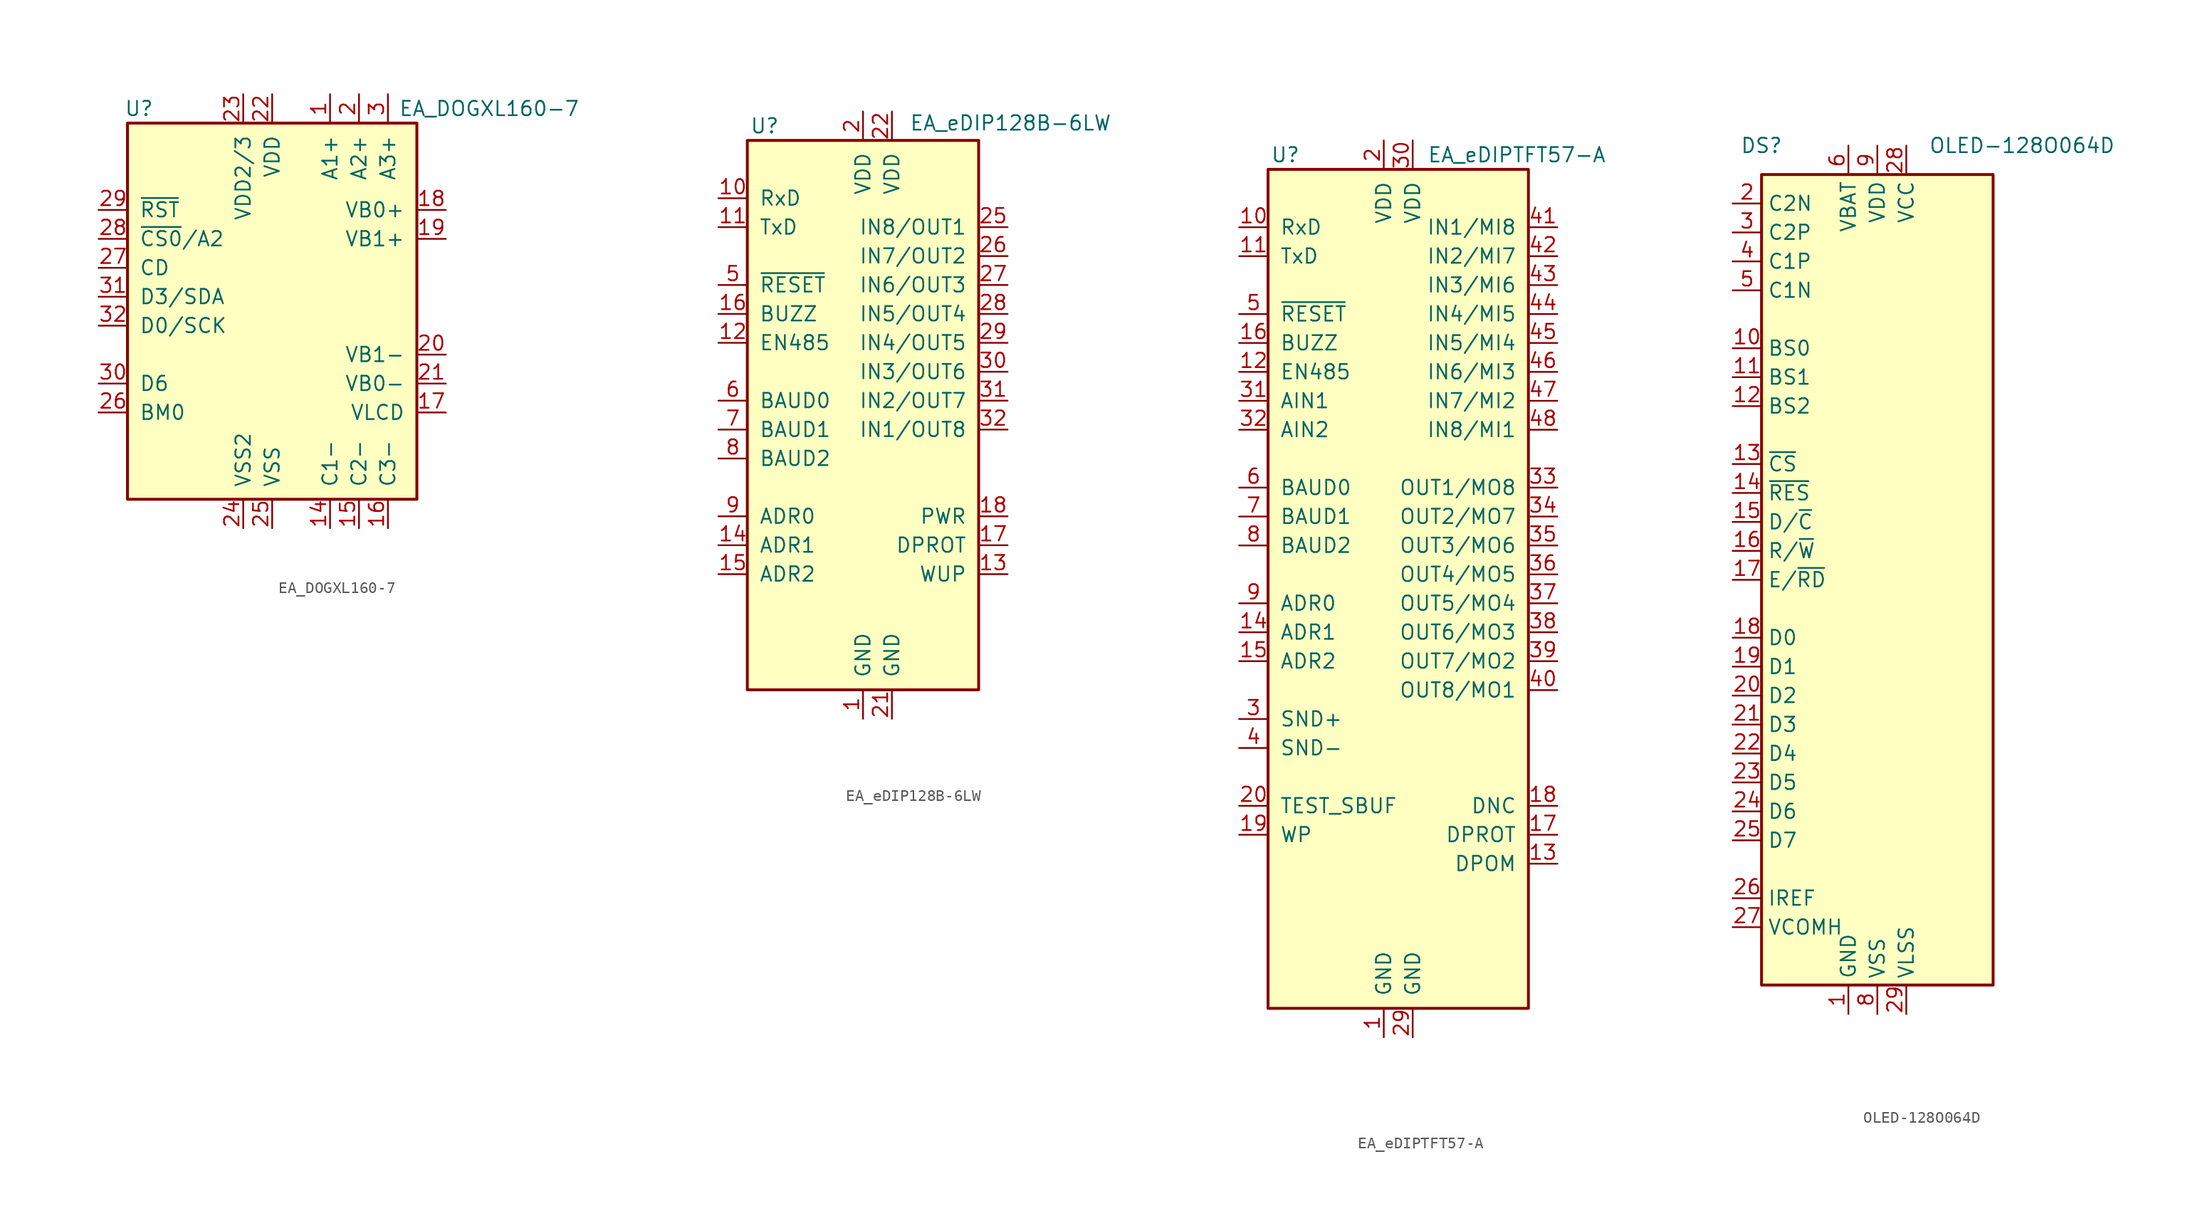
<source format=kicad_sym>
(kicad_symbol_lib
  (version 20231120)
  (generator "kicad_symbol_editor")
  (generator_version "8.0")
  (symbol "EA_DOGXL160-7"
    (pin_names
      (offset 1.016))
    (property "Reference" "U"
      (at -11.684 16.51 0)
      (effects (font (size 1.27 1.27))))
    (property "Value" "EA_DOGXL160-7"
      (at 19.05 16.51 0)
      (effects (font (size 1.27 1.27))))
    (symbol "EA_DOGXL160-7_0_1"
      (rectangle (start -12.7 15.24) (end 12.7 -17.78) (stroke (width 0.254) (type default)) (fill (type background))))
    (symbol "EA_DOGXL160-7_1_1"
      (pin power_in line (at 5.08 17.78 270) (length 2.54) (name "A1+" (effects (font (size 1.27 1.27)))) (number "1" (effects (font (size 1.27 1.27)))))
      (pin power_in line (at 5.08 -20.32 90) (length 2.54) (name "C1-" (effects (font (size 1.27 1.27)))) (number "14" (effects (font (size 1.27 1.27)))))
      (pin power_in line (at 7.62 -20.32 90) (length 2.54) (name "C2-" (effects (font (size 1.27 1.27)))) (number "15" (effects (font (size 1.27 1.27)))))
      (pin power_in line (at 10.16 -20.32 90) (length 2.54) (name "C3-" (effects (font (size 1.27 1.27)))) (number "16" (effects (font (size 1.27 1.27)))))
      (pin passive line (at 15.24 -10.16 180) (length 2.54) (name "VLCD" (effects (font (size 1.27 1.27)))) (number "17" (effects (font (size 1.27 1.27)))))
      (pin passive line (at 15.24 7.62 180) (length 2.54) (name "VB0+" (effects (font (size 1.27 1.27)))) (number "18" (effects (font (size 1.27 1.27)))))
      (pin passive line (at 15.24 5.08 180) (length 2.54) (name "VB1+" (effects (font (size 1.27 1.27)))) (number "19" (effects (font (size 1.27 1.27)))))
      (pin power_in line (at 7.62 17.78 270) (length 2.54) (name "A2+" (effects (font (size 1.27 1.27)))) (number "2" (effects (font (size 1.27 1.27)))))
      (pin passive line (at 15.24 -5.08 180) (length 2.54) (name "VB1-" (effects (font (size 1.27 1.27)))) (number "20" (effects (font (size 1.27 1.27)))))
      (pin passive line (at 15.24 -7.62 180) (length 2.54) (name "VB0-" (effects (font (size 1.27 1.27)))) (number "21" (effects (font (size 1.27 1.27)))))
      (pin power_in line (at 0 17.78 270) (length 2.54) (name "VDD" (effects (font (size 1.27 1.27)))) (number "22" (effects (font (size 1.27 1.27)))))
      (pin power_in line (at -2.54 17.78 270) (length 2.54) (name "VDD2/3" (effects (font (size 1.27 1.27)))) (number "23" (effects (font (size 1.27 1.27)))))
      (pin power_in line (at -2.54 -20.32 90) (length 2.54) (name "VSS2" (effects (font (size 1.27 1.27)))) (number "24" (effects (font (size 1.27 1.27)))))
      (pin power_in line (at 0 -20.32 90) (length 2.54) (name "VSS" (effects (font (size 1.27 1.27)))) (number "25" (effects (font (size 1.27 1.27)))))
      (pin input line (at -15.24 -10.16 0) (length 2.54) (name "BM0" (effects (font (size 1.27 1.27)))) (number "26" (effects (font (size 1.27 1.27)))))
      (pin input line (at -15.24 2.54 0) (length 2.54) (name "CD" (effects (font (size 1.27 1.27)))) (number "27" (effects (font (size 1.27 1.27)))))
      (pin input line (at -15.24 5.08 0) (length 2.54) (name "~{CS0}/A2" (effects (font (size 1.27 1.27)))) (number "28" (effects (font (size 1.27 1.27)))))
      (pin input line (at -15.24 7.62 0) (length 2.54) (name "~{RST}" (effects (font (size 1.27 1.27)))) (number "29" (effects (font (size 1.27 1.27)))))
      (pin power_in line (at 10.16 17.78 270) (length 2.54) (name "A3+" (effects (font (size 1.27 1.27)))) (number "3" (effects (font (size 1.27 1.27)))))
      (pin input line (at -15.24 -7.62 0) (length 2.54) (name "D6" (effects (font (size 1.27 1.27)))) (number "30" (effects (font (size 1.27 1.27)))))
      (pin bidirectional line (at -15.24 0 0) (length 2.54) (name "D3/SDA" (effects (font (size 1.27 1.27)))) (number "31" (effects (font (size 1.27 1.27)))))
      (pin input line (at -15.24 -2.54 0) (length 2.54) (name "D0/SCK" (effects (font (size 1.27 1.27)))) (number "32" (effects (font (size 1.27 1.27)))))))
  (symbol "EA_eDIP128B-6LW"
    (pin_names
      (offset 1.016))
    (property "Reference" "U"
      (at -8.636 24.13 0)
      (effects (font (size 1.27 1.27))))
    (property "Value" "EA_eDIP128B-6LW"
      (at 4.064 24.384 0)
      (effects (font (size 1.27 1.27)) (justify left)))
    (symbol "EA_eDIP128B-6LW_0_1"
      (rectangle (start -10.16 22.86) (end 10.16 -25.4) (stroke (width 0.254) (type default)) (fill (type background))))
    (symbol "EA_eDIP128B-6LW_1_1"
      (pin power_in line (at 0 -27.94 90) (length 2.54) (name "GND" (effects (font (size 1.27 1.27)))) (number "1" (effects (font (size 1.27 1.27)))))
      (pin input line (at -12.7 17.78 0) (length 2.54) (name "RxD" (effects (font (size 1.27 1.27)))) (number "10" (effects (font (size 1.27 1.27)))))
      (pin output line (at -12.7 15.24 0) (length 2.54) (name "TxD" (effects (font (size 1.27 1.27)))) (number "11" (effects (font (size 1.27 1.27)))))
      (pin output line (at -12.7 5.08 0) (length 2.54) (name "EN485" (effects (font (size 1.27 1.27)))) (number "12" (effects (font (size 1.27 1.27)))))
      (pin input line (at 12.7 -15.24 180) (length 2.54) (name "WUP" (effects (font (size 1.27 1.27)))) (number "13" (effects (font (size 1.27 1.27)))))
      (pin input line (at -12.7 -12.7 0) (length 2.54) (name "ADR1" (effects (font (size 1.27 1.27)))) (number "14" (effects (font (size 1.27 1.27)))))
      (pin input line (at -12.7 -15.24 0) (length 2.54) (name "ADR2" (effects (font (size 1.27 1.27)))) (number "15" (effects (font (size 1.27 1.27)))))
      (pin output line (at -12.7 7.62 0) (length 2.54) (name "BUZZ" (effects (font (size 1.27 1.27)))) (number "16" (effects (font (size 1.27 1.27)))))
      (pin input line (at 12.7 -12.7 180) (length 2.54) (name "DPROT" (effects (font (size 1.27 1.27)))) (number "17" (effects (font (size 1.27 1.27)))))
      (pin output line (at 12.7 -10.16 180) (length 2.54) (name "PWR" (effects (font (size 1.27 1.27)))) (number "18" (effects (font (size 1.27 1.27)))))
      (pin no_connect line (at -10.16 -22.86 0) (length 2.54) hide (name "NC" (effects (font (size 1.27 1.27)))) (number "19" (effects (font (size 1.27 1.27)))))
      (pin power_in line (at 0 25.4 270) (length 2.54) (name "VDD" (effects (font (size 1.27 1.27)))) (number "2" (effects (font (size 1.27 1.27)))))
      (pin power_in line (at 2.54 -27.94 90) (length 2.54) (name "GND" (effects (font (size 1.27 1.27)))) (number "21" (effects (font (size 1.27 1.27)))))
      (pin power_in line (at 2.54 25.4 270) (length 2.54) (name "VDD" (effects (font (size 1.27 1.27)))) (number "22" (effects (font (size 1.27 1.27)))))
      (pin no_connect line (at 10.16 -17.78 180) (length 2.54) hide (name "NC" (effects (font (size 1.27 1.27)))) (number "23" (effects (font (size 1.27 1.27)))))
      (pin no_connect line (at 10.16 -20.32 180) (length 2.54) hide (name "NC" (effects (font (size 1.27 1.27)))) (number "24" (effects (font (size 1.27 1.27)))))
      (pin bidirectional line (at 12.7 15.24 180) (length 2.54) (name "IN8/OUT1" (effects (font (size 1.27 1.27)))) (number "25" (effects (font (size 1.27 1.27)))))
      (pin bidirectional line (at 12.7 12.7 180) (length 2.54) (name "IN7/OUT2" (effects (font (size 1.27 1.27)))) (number "26" (effects (font (size 1.27 1.27)))))
      (pin bidirectional line (at 12.7 10.16 180) (length 2.54) (name "IN6/OUT3" (effects (font (size 1.27 1.27)))) (number "27" (effects (font (size 1.27 1.27)))))
      (pin bidirectional line (at 12.7 7.62 180) (length 2.54) (name "IN5/OUT4" (effects (font (size 1.27 1.27)))) (number "28" (effects (font (size 1.27 1.27)))))
      (pin bidirectional line (at 12.7 5.08 180) (length 2.54) (name "IN4/OUT5" (effects (font (size 1.27 1.27)))) (number "29" (effects (font (size 1.27 1.27)))))
      (pin no_connect line (at -10.16 -17.78 0) (length 2.54) hide (name "NC" (effects (font (size 1.27 1.27)))) (number "3" (effects (font (size 1.27 1.27)))))
      (pin bidirectional line (at 12.7 2.54 180) (length 2.54) (name "IN3/OUT6" (effects (font (size 1.27 1.27)))) (number "30" (effects (font (size 1.27 1.27)))))
      (pin bidirectional line (at 12.7 0 180) (length 2.54) (name "IN2/OUT7" (effects (font (size 1.27 1.27)))) (number "31" (effects (font (size 1.27 1.27)))))
      (pin bidirectional line (at 12.7 -2.54 180) (length 2.54) (name "IN1/OUT8" (effects (font (size 1.27 1.27)))) (number "32" (effects (font (size 1.27 1.27)))))
      (pin no_connect line (at -10.16 -20.32 0) (length 2.54) hide (name "NC" (effects (font (size 1.27 1.27)))) (number "4" (effects (font (size 1.27 1.27)))))
      (pin input line (at -12.7 10.16 0) (length 2.54) (name "~{RESET}" (effects (font (size 1.27 1.27)))) (number "5" (effects (font (size 1.27 1.27)))))
      (pin input line (at -12.7 0 0) (length 2.54) (name "BAUD0" (effects (font (size 1.27 1.27)))) (number "6" (effects (font (size 1.27 1.27)))))
      (pin input line (at -12.7 -2.54 0) (length 2.54) (name "BAUD1" (effects (font (size 1.27 1.27)))) (number "7" (effects (font (size 1.27 1.27)))))
      (pin input line (at -12.7 -5.08 0) (length 2.54) (name "BAUD2" (effects (font (size 1.27 1.27)))) (number "8" (effects (font (size 1.27 1.27)))))
      (pin input line (at -12.7 -10.16 0) (length 2.54) (name "ADR0" (effects (font (size 1.27 1.27)))) (number "9" (effects (font (size 1.27 1.27)))))))
  (symbol "EA_eDIPTFT57-A"
    (pin_names
      (offset 1.016))
    (property "Reference" "U"
      (at -8.636 36.83 0)
      (effects (font (size 1.27 1.27))))
    (property "Value" "EA_eDIPTFT57-A"
      (at 3.81 36.83 0)
      (effects (font (size 1.27 1.27)) (justify left)))
    (symbol "EA_eDIPTFT57-A_0_1"
      (rectangle (start -10.16 35.56) (end 12.7 -38.1) (stroke (width 0.254) (type default)) (fill (type background))))
    (symbol "EA_eDIPTFT57-A_1_1"
      (pin power_in line (at 0 -40.64 90) (length 2.54) (name "GND" (effects (font (size 1.27 1.27)))) (number "1" (effects (font (size 1.27 1.27)))))
      (pin input line (at -12.7 30.48 0) (length 2.54) (name "RxD" (effects (font (size 1.27 1.27)))) (number "10" (effects (font (size 1.27 1.27)))))
      (pin output line (at -12.7 27.94 0) (length 2.54) (name "TxD" (effects (font (size 1.27 1.27)))) (number "11" (effects (font (size 1.27 1.27)))))
      (pin output line (at -12.7 17.78 0) (length 2.54) (name "EN485" (effects (font (size 1.27 1.27)))) (number "12" (effects (font (size 1.27 1.27)))))
      (pin input line (at 15.24 -25.4 180) (length 2.54) (name "DPOM" (effects (font (size 1.27 1.27)))) (number "13" (effects (font (size 1.27 1.27)))))
      (pin input line (at -12.7 -5.08 0) (length 2.54) (name "ADR1" (effects (font (size 1.27 1.27)))) (number "14" (effects (font (size 1.27 1.27)))))
      (pin input line (at -12.7 -7.62 0) (length 2.54) (name "ADR2" (effects (font (size 1.27 1.27)))) (number "15" (effects (font (size 1.27 1.27)))))
      (pin output line (at -12.7 20.32 0) (length 2.54) (name "BUZZ" (effects (font (size 1.27 1.27)))) (number "16" (effects (font (size 1.27 1.27)))))
      (pin input line (at 15.24 -22.86 180) (length 2.54) (name "DPROT" (effects (font (size 1.27 1.27)))) (number "17" (effects (font (size 1.27 1.27)))))
      (pin output line (at 15.24 -20.32 180) (length 2.54) (name "DNC" (effects (font (size 1.27 1.27)))) (number "18" (effects (font (size 1.27 1.27)))))
      (pin input line (at -12.7 -22.86 0) (length 2.54) (name "WP" (effects (font (size 1.27 1.27)))) (number "19" (effects (font (size 1.27 1.27)))))
      (pin power_in line (at 0 38.1 270) (length 2.54) (name "VDD" (effects (font (size 1.27 1.27)))) (number "2" (effects (font (size 1.27 1.27)))))
      (pin bidirectional line (at -12.7 -20.32 0) (length 2.54) (name "TEST_SBUF" (effects (font (size 1.27 1.27)))) (number "20" (effects (font (size 1.27 1.27)))))
      (pin no_connect line (at -10.16 -27.94 0) (length 2.54) hide (name "NC" (effects (font (size 1.27 1.27)))) (number "21" (effects (font (size 1.27 1.27)))))
      (pin no_connect line (at -10.16 -30.48 0) (length 2.54) hide (name "NC" (effects (font (size 1.27 1.27)))) (number "22" (effects (font (size 1.27 1.27)))))
      (pin no_connect line (at -10.16 -33.02 0) (length 2.54) hide (name "NC" (effects (font (size 1.27 1.27)))) (number "23" (effects (font (size 1.27 1.27)))))
      (pin no_connect line (at -10.16 -35.56 0) (length 2.54) hide (name "NC" (effects (font (size 1.27 1.27)))) (number "24" (effects (font (size 1.27 1.27)))))
      (pin no_connect line (at 12.7 -35.56 180) (length 2.54) hide (name "NC" (effects (font (size 1.27 1.27)))) (number "25" (effects (font (size 1.27 1.27)))))
      (pin no_connect line (at 12.7 -33.02 180) (length 2.54) hide (name "NC" (effects (font (size 1.27 1.27)))) (number "26" (effects (font (size 1.27 1.27)))))
      (pin no_connect line (at 12.7 -30.48 180) (length 2.54) hide (name "NC" (effects (font (size 1.27 1.27)))) (number "27" (effects (font (size 1.27 1.27)))))
      (pin no_connect line (at 12.7 -27.94 180) (length 2.54) hide (name "NC" (effects (font (size 1.27 1.27)))) (number "28" (effects (font (size 1.27 1.27)))))
      (pin power_in line (at 2.54 -40.64 90) (length 2.54) (name "GND" (effects (font (size 1.27 1.27)))) (number "29" (effects (font (size 1.27 1.27)))))
      (pin output line (at -12.7 -12.7 0) (length 2.54) (name "SND+" (effects (font (size 1.27 1.27)))) (number "3" (effects (font (size 1.27 1.27)))))
      (pin power_in line (at 2.54 38.1 270) (length 2.54) (name "VDD" (effects (font (size 1.27 1.27)))) (number "30" (effects (font (size 1.27 1.27)))))
      (pin input line (at -12.7 15.24 0) (length 2.54) (name "AIN1" (effects (font (size 1.27 1.27)))) (number "31" (effects (font (size 1.27 1.27)))))
      (pin input line (at -12.7 12.7 0) (length 2.54) (name "AIN2" (effects (font (size 1.27 1.27)))) (number "32" (effects (font (size 1.27 1.27)))))
      (pin output line (at 15.24 7.62 180) (length 2.54) (name "OUT1/MO8" (effects (font (size 1.27 1.27)))) (number "33" (effects (font (size 1.27 1.27)))))
      (pin output line (at 15.24 5.08 180) (length 2.54) (name "OUT2/MO7" (effects (font (size 1.27 1.27)))) (number "34" (effects (font (size 1.27 1.27)))))
      (pin output line (at 15.24 2.54 180) (length 2.54) (name "OUT3/MO6" (effects (font (size 1.27 1.27)))) (number "35" (effects (font (size 1.27 1.27)))))
      (pin output line (at 15.24 0 180) (length 2.54) (name "OUT4/MO5" (effects (font (size 1.27 1.27)))) (number "36" (effects (font (size 1.27 1.27)))))
      (pin output line (at 15.24 -2.54 180) (length 2.54) (name "OUT5/MO4" (effects (font (size 1.27 1.27)))) (number "37" (effects (font (size 1.27 1.27)))))
      (pin output line (at 15.24 -5.08 180) (length 2.54) (name "OUT6/MO3" (effects (font (size 1.27 1.27)))) (number "38" (effects (font (size 1.27 1.27)))))
      (pin output line (at 15.24 -7.62 180) (length 2.54) (name "OUT7/MO2" (effects (font (size 1.27 1.27)))) (number "39" (effects (font (size 1.27 1.27)))))
      (pin input line (at -12.7 -15.24 0) (length 2.54) (name "SND-" (effects (font (size 1.27 1.27)))) (number "4" (effects (font (size 1.27 1.27)))))
      (pin output line (at 15.24 -10.16 180) (length 2.54) (name "OUT8/MO1" (effects (font (size 1.27 1.27)))) (number "40" (effects (font (size 1.27 1.27)))))
      (pin input line (at 15.24 30.48 180) (length 2.54) (name "IN1/MI8" (effects (font (size 1.27 1.27)))) (number "41" (effects (font (size 1.27 1.27)))))
      (pin input line (at 15.24 27.94 180) (length 2.54) (name "IN2/MI7" (effects (font (size 1.27 1.27)))) (number "42" (effects (font (size 1.27 1.27)))))
      (pin input line (at 15.24 25.4 180) (length 2.54) (name "IN3/MI6" (effects (font (size 1.27 1.27)))) (number "43" (effects (font (size 1.27 1.27)))))
      (pin input line (at 15.24 22.86 180) (length 2.54) (name "IN4/MI5" (effects (font (size 1.27 1.27)))) (number "44" (effects (font (size 1.27 1.27)))))
      (pin input line (at 15.24 20.32 180) (length 2.54) (name "IN5/MI4" (effects (font (size 1.27 1.27)))) (number "45" (effects (font (size 1.27 1.27)))))
      (pin input line (at 15.24 17.78 180) (length 2.54) (name "IN6/MI3" (effects (font (size 1.27 1.27)))) (number "46" (effects (font (size 1.27 1.27)))))
      (pin input line (at 15.24 15.24 180) (length 2.54) (name "IN7/MI2" (effects (font (size 1.27 1.27)))) (number "47" (effects (font (size 1.27 1.27)))))
      (pin input line (at 15.24 12.7 180) (length 2.54) (name "IN8/MI1" (effects (font (size 1.27 1.27)))) (number "48" (effects (font (size 1.27 1.27)))))
      (pin input line (at -12.7 22.86 0) (length 2.54) (name "~{RESET}" (effects (font (size 1.27 1.27)))) (number "5" (effects (font (size 1.27 1.27)))))
      (pin input line (at -12.7 7.62 0) (length 2.54) (name "BAUD0" (effects (font (size 1.27 1.27)))) (number "6" (effects (font (size 1.27 1.27)))))
      (pin input line (at -12.7 5.08 0) (length 2.54) (name "BAUD1" (effects (font (size 1.27 1.27)))) (number "7" (effects (font (size 1.27 1.27)))))
      (pin input line (at -12.7 2.54 0) (length 2.54) (name "BAUD2" (effects (font (size 1.27 1.27)))) (number "8" (effects (font (size 1.27 1.27)))))
      (pin input line (at -12.7 -2.54 0) (length 2.54) (name "ADR0" (effects (font (size 1.27 1.27)))) (number "9" (effects (font (size 1.27 1.27)))))))
  (symbol "OLED-128O064D"
    (property "Reference" "DS"
      (at -10.16 38.1 0)
      (effects (font (size 1.27 1.27))))
    (property "Value" "OLED-128O064D"
      (at 12.7 38.1 0)
      (effects (font (size 1.27 1.27))))
    (symbol "OLED-128O064D_0_1"
      (rectangle (start -10.16 35.56) (end 10.16 -35.56) (stroke (width 0.254) (type default)) (fill (type background))))
    (symbol "OLED-128O064D_1_1"
      (pin power_in line (at -2.54 -38.1 90) (length 2.54) (name "GND" (effects (font (size 1.27 1.27)))) (number "1" (effects (font (size 1.27 1.27)))))
      (pin input line (at -12.7 20.32 0) (length 2.54) (name "BS0" (effects (font (size 1.27 1.27)))) (number "10" (effects (font (size 1.27 1.27)))))
      (pin input line (at -12.7 17.78 0) (length 2.54) (name "BS1" (effects (font (size 1.27 1.27)))) (number "11" (effects (font (size 1.27 1.27)))))
      (pin input line (at -12.7 15.24 0) (length 2.54) (name "BS2" (effects (font (size 1.27 1.27)))) (number "12" (effects (font (size 1.27 1.27)))))
      (pin input line (at -12.7 10.16 0) (length 2.54) (name "~{CS}" (effects (font (size 1.27 1.27)))) (number "13" (effects (font (size 1.27 1.27)))))
      (pin input line (at -12.7 7.62 0) (length 2.54) (name "~{RES}" (effects (font (size 1.27 1.27)))) (number "14" (effects (font (size 1.27 1.27)))))
      (pin input line (at -12.7 5.08 0) (length 2.54) (name "D/~{C}" (effects (font (size 1.27 1.27)))) (number "15" (effects (font (size 1.27 1.27)))))
      (pin input line (at -12.7 2.54 0) (length 2.54) (name "R/~{W}" (effects (font (size 1.27 1.27)))) (number "16" (effects (font (size 1.27 1.27)))))
      (pin input line (at -12.7 0 0) (length 2.54) (name "E/~{RD}" (effects (font (size 1.27 1.27)))) (number "17" (effects (font (size 1.27 1.27)))))
      (pin bidirectional line (at -12.7 -5.08 0) (length 2.54) (name "D0" (effects (font (size 1.27 1.27)))) (number "18" (effects (font (size 1.27 1.27)))))
      (pin bidirectional line (at -12.7 -7.62 0) (length 2.54) (name "D1" (effects (font (size 1.27 1.27)))) (number "19" (effects (font (size 1.27 1.27)))))
      (pin passive line (at -12.7 33.02 0) (length 2.54) (name "C2N" (effects (font (size 1.27 1.27)))) (number "2" (effects (font (size 1.27 1.27)))))
      (pin bidirectional line (at -12.7 -10.16 0) (length 2.54) (name "D2" (effects (font (size 1.27 1.27)))) (number "20" (effects (font (size 1.27 1.27)))))
      (pin bidirectional line (at -12.7 -12.7 0) (length 2.54) (name "D3" (effects (font (size 1.27 1.27)))) (number "21" (effects (font (size 1.27 1.27)))))
      (pin bidirectional line (at -12.7 -15.24 0) (length 2.54) (name "D4" (effects (font (size 1.27 1.27)))) (number "22" (effects (font (size 1.27 1.27)))))
      (pin bidirectional line (at -12.7 -17.78 0) (length 2.54) (name "D5" (effects (font (size 1.27 1.27)))) (number "23" (effects (font (size 1.27 1.27)))))
      (pin bidirectional line (at -12.7 -20.32 0) (length 2.54) (name "D6" (effects (font (size 1.27 1.27)))) (number "24" (effects (font (size 1.27 1.27)))))
      (pin bidirectional line (at -12.7 -22.86 0) (length 2.54) (name "D7" (effects (font (size 1.27 1.27)))) (number "25" (effects (font (size 1.27 1.27)))))
      (pin passive line (at -12.7 -27.94 0) (length 2.54) (name "IREF" (effects (font (size 1.27 1.27)))) (number "26" (effects (font (size 1.27 1.27)))))
      (pin passive line (at -12.7 -30.48 0) (length 2.54) (name "VCOMH" (effects (font (size 1.27 1.27)))) (number "27" (effects (font (size 1.27 1.27)))))
      (pin power_in line (at 2.54 38.1 270) (length 2.54) (name "VCC" (effects (font (size 1.27 1.27)))) (number "28" (effects (font (size 1.27 1.27)))))
      (pin power_in line (at 2.54 -38.1 90) (length 2.54) (name "VLSS" (effects (font (size 1.27 1.27)))) (number "29" (effects (font (size 1.27 1.27)))))
      (pin passive line (at -12.7 30.48 0) (length 2.54) (name "C2P" (effects (font (size 1.27 1.27)))) (number "3" (effects (font (size 1.27 1.27)))))
      (pin passive line (at -2.54 -38.1 90) (length 2.54) hide (name "GND" (effects (font (size 1.27 1.27)))) (number "30" (effects (font (size 1.27 1.27)))))
      (pin passive line (at -12.7 27.94 0) (length 2.54) (name "C1P" (effects (font (size 1.27 1.27)))) (number "4" (effects (font (size 1.27 1.27)))))
      (pin passive line (at -12.7 25.4 0) (length 2.54) (name "C1N" (effects (font (size 1.27 1.27)))) (number "5" (effects (font (size 1.27 1.27)))))
      (pin power_in line (at -2.54 38.1 270) (length 2.54) (name "VBAT" (effects (font (size 1.27 1.27)))) (number "6" (effects (font (size 1.27 1.27)))))
      (pin no_connect line (at 10.16 0 180) (length 2.54) hide (name "NC" (effects (font (size 1.27 1.27)))) (number "7" (effects (font (size 1.27 1.27)))))
      (pin power_in line (at 0 -38.1 90) (length 2.54) (name "VSS" (effects (font (size 1.27 1.27)))) (number "8" (effects (font (size 1.27 1.27)))))
      (pin power_in line (at 0 38.1 270) (length 2.54) (name "VDD" (effects (font (size 1.27 1.27)))) (number "9" (effects (font (size 1.27 1.27))))))))
</source>
